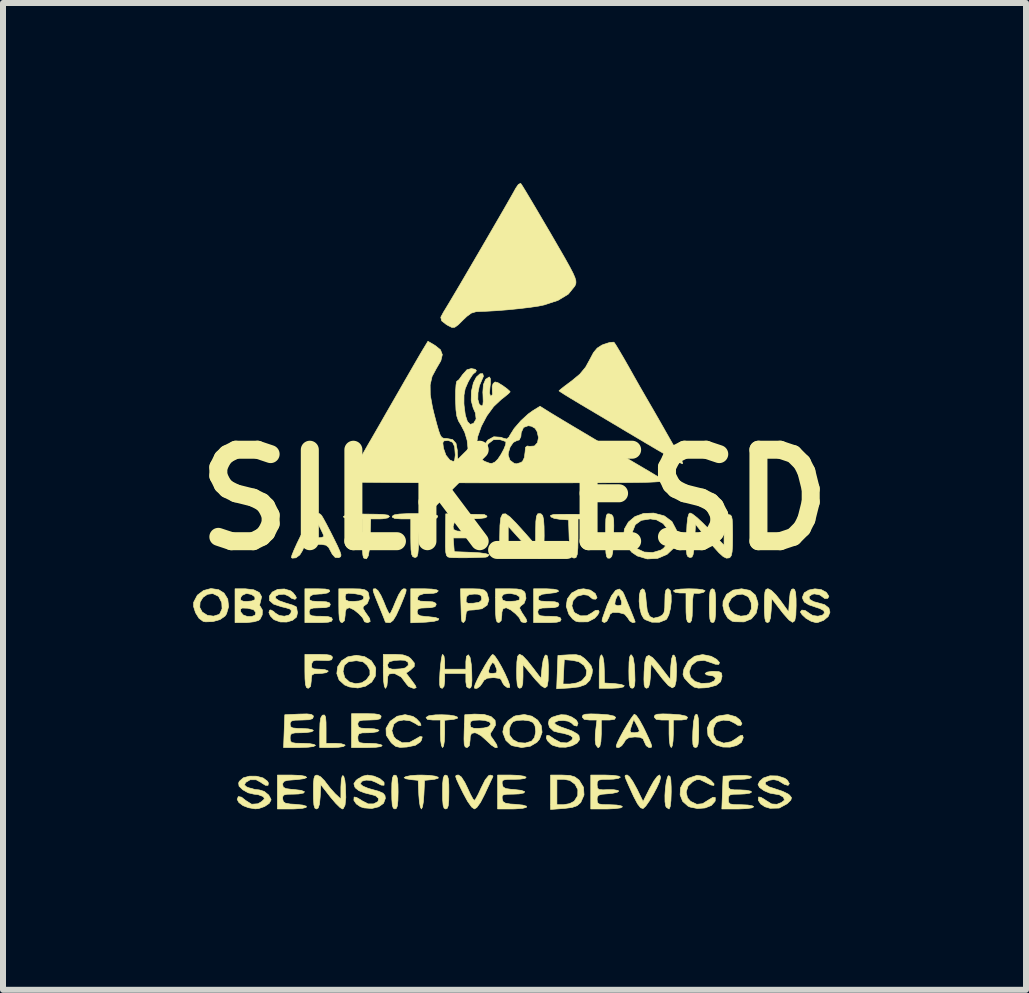
<source format=kicad_pcb>
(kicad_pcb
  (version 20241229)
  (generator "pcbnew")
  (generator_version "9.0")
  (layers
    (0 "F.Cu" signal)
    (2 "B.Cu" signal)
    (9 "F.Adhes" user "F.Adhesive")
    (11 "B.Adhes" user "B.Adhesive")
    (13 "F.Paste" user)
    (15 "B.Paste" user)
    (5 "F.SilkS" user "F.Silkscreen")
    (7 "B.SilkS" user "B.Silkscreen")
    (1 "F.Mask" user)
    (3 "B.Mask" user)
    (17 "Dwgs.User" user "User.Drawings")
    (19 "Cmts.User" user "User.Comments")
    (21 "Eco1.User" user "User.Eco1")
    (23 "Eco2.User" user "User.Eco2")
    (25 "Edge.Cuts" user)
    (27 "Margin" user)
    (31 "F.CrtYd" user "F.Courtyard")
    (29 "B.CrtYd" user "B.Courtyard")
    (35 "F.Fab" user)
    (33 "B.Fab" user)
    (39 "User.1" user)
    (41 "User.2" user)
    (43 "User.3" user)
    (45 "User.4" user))
  (footprint "SILK_ESD"
    (layer "F.Cu")
    (at 5.523 5.278)
    (property "Reference" "SILK_ESD" (at 0 0 0) (layer "F.SilkS") (effects (font (size 1.524 1.524) (thickness 0.3))))
    (attr through_hole)
    (fp_poly (pts (xy 1.976 2.629) (xy 1.995 2.741) (xy 2.003 2.869) (xy 2.007 3.009) (xy 2.001 3.091) (xy 1.985 3.131) (xy 1.959 3.14) (xy 1.932 3.128) (xy 1.915 3.083) (xy 1.907 2.992) (xy 1.905 2.855) (xy 1.908 2.706) (xy 1.918 2.619) (xy 1.936 2.584) (xy 1.949 2.584) (xy 1.976 2.629)) (stroke (width 0.01) (type solid)) (fill yes) (layer "F.SilkS"))
    (fp_poly (pts (xy 3.048 3.584) (xy 3.062 3.643) (xy 3.068 3.76) (xy 3.069 3.842) (xy 3.067 3.987) (xy 3.058 4.075) (xy 3.041 4.117) (xy 3.015 4.128) (xy 2.987 4.116) (xy 2.972 4.074) (xy 2.968 3.986) (xy 2.971 3.857) (xy 2.983 3.696) (xy 3.004 3.599) (xy 3.025 3.572) (xy 3.048 3.584)) (stroke (width 0.01) (type solid)) (fill yes) (layer "F.SilkS"))
    (fp_poly (pts (xy -1.966 4.599) (xy -1.95 4.648) (xy -1.942 4.743) (xy -1.94 4.868) (xy -1.943 5.013) (xy -1.952 5.1) (xy -1.97 5.142) (xy -1.993 5.151) (xy -2.02 5.137) (xy -2.037 5.089) (xy -2.044 4.993) (xy -2.046 4.868) (xy -2.044 4.724) (xy -2.035 4.637) (xy -2.017 4.595) (xy -1.993 4.586) (xy -1.966 4.599)) (stroke (width 0.01) (type solid)) (fill yes) (layer "F.SilkS"))
    (fp_poly (pts (xy -1.119 4.599) (xy -1.103 4.648) (xy -1.095 4.743) (xy -1.094 4.868) (xy -1.096 5.013) (xy -1.105 5.1) (xy -1.123 5.142) (xy -1.147 5.151) (xy -1.174 5.137) (xy -1.19 5.089) (xy -1.198 4.993) (xy -1.199 4.868) (xy -1.197 4.724) (xy -1.188 4.637) (xy -1.17 4.595) (xy -1.147 4.586) (xy -1.119 4.599)) (stroke (width 0.01) (type solid)) (fill yes) (layer "F.SilkS"))
    (fp_poly (pts (xy 1.451 2.583) (xy 1.474 2.624) (xy 1.49 2.721) (xy 1.495 2.824) (xy 1.499 3.052) (xy 1.667 3.062) (xy 1.781 3.077) (xy 1.829 3.097) (xy 1.813 3.118) (xy 1.738 3.134) (xy 1.623 3.14) (xy 1.411 3.14) (xy 1.411 2.855) (xy 1.415 2.699) (xy 1.427 2.61) (xy 1.448 2.582) (xy 1.451 2.583)) (stroke (width 0.01) (type solid)) (fill yes) (layer "F.SilkS"))
    (fp_poly (pts (xy 2.59 4.607) (xy 2.604 4.666) (xy 2.61 4.783) (xy 2.611 4.865) (xy 2.606 5.012) (xy 2.594 5.11) (xy 2.576 5.15) (xy 2.574 5.151) (xy 2.53 5.123) (xy 2.519 5.103) (xy 2.507 5.03) (xy 2.506 4.923) (xy 2.514 4.804) (xy 2.529 4.695) (xy 2.55 4.618) (xy 2.566 4.595) (xy 2.59 4.607)) (stroke (width 0.01) (type solid)) (fill yes) (layer "F.SilkS"))
    (fp_poly (pts (xy 3.326 1.495) (xy 3.342 1.543) (xy 3.35 1.639) (xy 3.351 1.764) (xy 3.349 1.909) (xy 3.34 1.996) (xy 3.322 2.037) (xy 3.298 2.046) (xy 3.271 2.033) (xy 3.255 1.985) (xy 3.247 1.889) (xy 3.246 1.764) (xy 3.248 1.619) (xy 3.257 1.532) (xy 3.275 1.491) (xy 3.298 1.482) (xy 3.326 1.495)) (stroke (width 0.01) (type solid)) (fill yes) (layer "F.SilkS"))
    (fp_poly (pts (xy -3.164 3.586) (xy -3.148 3.622) (xy -3.141 3.707) (xy -3.14 3.811) (xy -3.14 4.057) (xy -2.981 4.057) (xy -2.886 4.064) (xy -2.83 4.082) (xy -2.822 4.092) (xy -2.854 4.111) (xy -2.938 4.124) (xy -3.034 4.128) (xy -3.246 4.128) (xy -3.246 3.867) (xy -3.242 3.722) (xy -3.229 3.635) (xy -3.205 3.593) (xy -3.193 3.586) (xy -3.164 3.586)) (stroke (width 0.01) (type solid)) (fill yes) (layer "F.SilkS"))
    (fp_poly (pts (xy -1.089 3.586) (xy -0.998 3.601) (xy -0.95 3.621) (xy -0.952 3.641) (xy -1.014 3.658) (xy -1.05 3.662) (xy -1.164 3.673) (xy -1.164 3.9) (xy -1.169 4.019) (xy -1.182 4.101) (xy -1.199 4.128) (xy -1.218 4.095) (xy -1.231 4.009) (xy -1.235 3.898) (xy -1.235 3.669) (xy -1.361 3.669) (xy -1.45 3.659) (xy -1.474 3.628) (xy -1.473 3.625) (xy -1.428 3.597) (xy -1.316 3.583) (xy -1.214 3.581) (xy -1.089 3.586)) (stroke (width 0.01) (type solid)) (fill yes) (layer "F.SilkS"))
    (fp_poly (pts (xy 1.589 0.237) (xy 1.621 0.25) (xy 1.641 0.279) (xy 1.652 0.336) (xy 1.654 0.435) (xy 1.651 0.59) (xy 1.65 0.61) (xy 1.644 0.773) (xy 1.635 0.878) (xy 1.621 0.938) (xy 1.599 0.966) (xy 1.579 0.973) (xy 1.551 0.97) (xy 1.534 0.945) (xy 1.523 0.887) (xy 1.518 0.782) (xy 1.517 0.62) (xy 1.517 0.6) (xy 1.518 0.432) (xy 1.521 0.324) (xy 1.53 0.262) (xy 1.546 0.236) (xy 1.572 0.233) (xy 1.589 0.237)) (stroke (width 0.01) (type solid)) (fill yes) (layer "F.SilkS"))
    (fp_poly (pts (xy 2.599 3.57) (xy 2.76 3.582) (xy 2.856 3.603) (xy 2.884 3.625) (xy 2.866 3.657) (xy 2.783 3.669) (xy 2.772 3.669) (xy 2.646 3.669) (xy 2.646 3.898) (xy 2.641 4.018) (xy 2.628 4.1) (xy 2.611 4.128) (xy 2.592 4.095) (xy 2.579 4.009) (xy 2.575 3.898) (xy 2.575 3.669) (xy 2.452 3.669) (xy 2.361 3.658) (xy 2.329 3.622) (xy 2.328 3.614) (xy 2.34 3.587) (xy 2.382 3.572) (xy 2.47 3.567) (xy 2.599 3.57)) (stroke (width 0.01) (type solid)) (fill yes) (layer "F.SilkS"))
    (fp_poly (pts (xy -1.417 4.591) (xy -1.321 4.604) (xy -1.271 4.622) (xy -1.273 4.64) (xy -1.335 4.657) (xy -1.385 4.663) (xy -1.499 4.674) (xy -1.51 4.912) (xy -1.519 5.032) (xy -1.534 5.117) (xy -1.552 5.151) (xy -1.552 5.151) (xy -1.57 5.118) (xy -1.585 5.034) (xy -1.595 4.915) (xy -1.595 4.912) (xy -1.605 4.674) (xy -1.72 4.663) (xy -1.811 4.648) (xy -1.84 4.63) (xy -1.812 4.612) (xy -1.736 4.596) (xy -1.617 4.587) (xy -1.552 4.586) (xy -1.417 4.591)) (stroke (width 0.01) (type solid)) (fill yes) (layer "F.SilkS"))
    (fp_poly (pts (xy 1.399 3.57) (xy 1.561 3.582) (xy 1.657 3.603) (xy 1.685 3.625) (xy 1.667 3.657) (xy 1.583 3.669) (xy 1.573 3.669) (xy 1.446 3.669) (xy 1.446 3.898) (xy 1.439 4.029) (xy 1.421 4.109) (xy 1.393 4.132) (xy 1.361 4.092) (xy 1.352 4.072) (xy 1.344 4.006) (xy 1.346 3.901) (xy 1.352 3.843) (xy 1.373 3.669) (xy 1.251 3.669) (xy 1.161 3.658) (xy 1.129 3.621) (xy 1.129 3.614) (xy 1.14 3.587) (xy 1.183 3.572) (xy 1.27 3.567) (xy 1.399 3.57)) (stroke (width 0.01) (type solid)) (fill yes) (layer "F.SilkS"))
    (fp_poly (pts (xy -2.3 0.24) (xy -2.196 0.243) (xy -2.108 0.255) (xy -2.083 0.278) (xy -2.114 0.302) (xy -2.197 0.316) (xy -2.239 0.318) (xy -2.396 0.318) (xy -2.406 0.641) (xy -2.417 0.821) (xy -2.437 0.934) (xy -2.467 0.983) (xy -2.508 0.972) (xy -2.516 0.965) (xy -2.527 0.921) (xy -2.535 0.824) (xy -2.54 0.692) (xy -2.54 0.629) (xy -2.54 0.318) (xy -2.702 0.318) (xy -2.809 0.31) (xy -2.85 0.287) (xy -2.85 0.277) (xy -2.807 0.256) (xy -2.699 0.243) (xy -2.528 0.237) (xy -2.3 0.24)) (stroke (width 0.01) (type solid)) (fill yes) (layer "F.SilkS"))
    (fp_poly (pts (xy 1.102 2.598) (xy 1.169 2.646) (xy 1.204 2.681) (xy 1.275 2.763) (xy 1.298 2.833) (xy 1.292 2.896) (xy 1.255 3.006) (xy 1.186 3.076) (xy 1.073 3.117) (xy 0.928 3.134) (xy 0.702 3.148) (xy 0.705 3.069) (xy 0.808 3.069) (xy 0.925 3.069) (xy 1.033 3.052) (xy 1.121 3.014) (xy 1.191 2.933) (xy 1.202 2.843) (xy 1.159 2.76) (xy 1.071 2.698) (xy 0.97 2.675) (xy 0.829 2.663) (xy 0.808 3.069) (xy 0.705 3.069) (xy 0.723 2.593) (xy 0.909 2.582) (xy 1.025 2.58) (xy 1.102 2.598)) (stroke (width 0.01) (type solid)) (fill yes) (layer "F.SilkS"))
    (fp_poly (pts (xy -1.475 0.232) (xy -1.356 0.242) (xy -1.292 0.259) (xy -1.279 0.273) (xy -1.294 0.303) (xy -1.37 0.316) (xy -1.425 0.318) (xy -1.585 0.318) (xy -1.595 0.644) (xy -1.601 0.798) (xy -1.61 0.894) (xy -1.624 0.944) (xy -1.647 0.96) (xy -1.667 0.959) (xy -1.697 0.945) (xy -1.715 0.906) (xy -1.725 0.829) (xy -1.728 0.701) (xy -1.729 0.632) (xy -1.729 0.318) (xy -1.89 0.318) (xy -1.995 0.311) (xy -2.037 0.289) (xy -2.037 0.273) (xy -2.005 0.251) (xy -1.92 0.237) (xy -1.776 0.23) (xy -1.658 0.229) (xy -1.475 0.232)) (stroke (width 0.01) (type solid)) (fill yes) (layer "F.SilkS"))
    (fp_poly (pts (xy 0.922 4.592) (xy 1.005 4.617) (xy 1.072 4.667) (xy 1.078 4.673) (xy 1.149 4.789) (xy 1.158 4.918) (xy 1.104 5.041) (xy 1.099 5.047) (xy 1.043 5.096) (xy 0.962 5.125) (xy 0.834 5.142) (xy 0.817 5.143) (xy 0.6 5.159) (xy 0.6 4.657) (xy 0.706 4.657) (xy 0.706 5.08) (xy 0.817 5.08) (xy 0.918 5.062) (xy 0.994 5.022) (xy 1.053 4.929) (xy 1.055 4.829) (xy 1.008 4.739) (xy 0.921 4.675) (xy 0.824 4.657) (xy 0.706 4.657) (xy 0.6 4.657) (xy 0.6 4.586) (xy 0.795 4.586) (xy 0.922 4.592)) (stroke (width 0.01) (type solid)) (fill yes) (layer "F.SilkS"))
    (fp_poly (pts (xy 1.024 0.241) (xy 1.171 0.243) (xy 1.208 0.244) (xy 1.306 0.257) (xy 1.338 0.281) (xy 1.306 0.305) (xy 1.212 0.317) (xy 1.199 0.318) (xy 1.058 0.318) (xy 1.058 0.633) (xy 1.055 0.802) (xy 1.045 0.909) (xy 1.024 0.962) (xy 0.99 0.971) (xy 0.961 0.958) (xy 0.939 0.911) (xy 0.922 0.806) (xy 0.911 0.658) (xy 0.91 0.634) (xy 0.9 0.335) (xy 0.75 0.324) (xy 0.66 0.309) (xy 0.607 0.285) (xy 0.599 0.26) (xy 0.648 0.245) (xy 0.661 0.244) (xy 0.745 0.242) (xy 0.874 0.241) (xy 1.024 0.241)) (stroke (width 0.01) (type solid)) (fill yes) (layer "F.SilkS"))
    (fp_poly (pts (xy 2.433 4.62) (xy 2.433 4.63) (xy 2.415 4.698) (xy 2.37 4.798) (xy 2.31 4.911) (xy 2.245 5.019) (xy 2.186 5.103) (xy 2.143 5.143) (xy 2.14 5.144) (xy 2.1 5.13) (xy 2.05 5.066) (xy 1.986 4.945) (xy 1.958 4.884) (xy 1.895 4.744) (xy 1.857 4.657) (xy 1.841 4.61) (xy 1.845 4.59) (xy 1.865 4.586) (xy 1.88 4.586) (xy 1.917 4.616) (xy 1.971 4.693) (xy 2.031 4.802) (xy 2.034 4.806) (xy 2.142 5.027) (xy 2.253 4.806) (xy 2.323 4.682) (xy 2.38 4.606) (xy 2.418 4.584) (xy 2.433 4.62)) (stroke (width 0.01) (type solid)) (fill yes) (layer "F.SilkS"))
    (fp_poly (pts (xy 3.044 1.486) (xy 3.137 1.498) (xy 3.175 1.515) (xy 3.175 1.517) (xy 3.145 1.544) (xy 3.072 1.559) (xy 2.99 1.556) (xy 2.977 1.587) (xy 2.967 1.67) (xy 2.963 1.789) (xy 2.963 1.799) (xy 2.96 1.933) (xy 2.949 2.01) (xy 2.927 2.043) (xy 2.91 2.046) (xy 2.882 2.032) (xy 2.865 1.979) (xy 2.858 1.876) (xy 2.857 1.799) (xy 2.857 1.552) (xy 2.752 1.552) (xy 2.677 1.542) (xy 2.646 1.517) (xy 2.646 1.517) (xy 2.679 1.499) (xy 2.768 1.487) (xy 2.898 1.482) (xy 2.91 1.482) (xy 3.044 1.486)) (stroke (width 0.01) (type solid)) (fill yes) (layer "F.SilkS"))
    (fp_poly (pts (xy 2.682 2.629) (xy 2.696 2.742) (xy 2.699 2.86) (xy 2.692 3.018) (xy 2.67 3.108) (xy 2.628 3.133) (xy 2.562 3.092) (xy 2.469 2.987) (xy 2.431 2.938) (xy 2.275 2.734) (xy 2.265 2.937) (xy 2.253 3.059) (xy 2.232 3.123) (xy 2.202 3.14) (xy 2.175 3.127) (xy 2.16 3.082) (xy 2.156 2.99) (xy 2.159 2.867) (xy 2.171 2.707) (xy 2.195 2.616) (xy 2.237 2.59) (xy 2.301 2.63) (xy 2.394 2.734) (xy 2.434 2.785) (xy 2.593 2.992) (xy 2.603 2.781) (xy 2.616 2.653) (xy 2.637 2.591) (xy 2.656 2.585) (xy 2.682 2.629)) (stroke (width 0.01) (type solid)) (fill yes) (layer "F.SilkS"))
    (fp_poly (pts (xy -0.362 4.599) (xy -0.36 4.613) (xy -0.381 4.655) (xy -0.423 4.745) (xy -0.478 4.863) (xy -0.492 4.895) (xy -0.567 5.041) (xy -0.629 5.127) (xy -0.668 5.151) (xy -0.715 5.118) (xy -0.781 5.025) (xy -0.857 4.885) (xy -0.925 4.746) (xy -0.965 4.659) (xy -0.981 4.611) (xy -0.974 4.591) (xy -0.948 4.586) (xy -0.932 4.586) (xy -0.886 4.618) (xy -0.828 4.709) (xy -0.785 4.798) (xy -0.735 4.906) (xy -0.694 4.982) (xy -0.67 5.009) (xy -0.645 4.98) (xy -0.603 4.902) (xy -0.555 4.798) (xy -0.489 4.666) (xy -0.432 4.596) (xy -0.405 4.586) (xy -0.362 4.599)) (stroke (width 0.01) (type solid)) (fill yes) (layer "F.SilkS"))
    (fp_poly (pts (xy -1.175 2.606) (xy -1.164 2.683) (xy -1.164 2.699) (xy -1.164 2.822) (xy -0.811 2.822) (xy -0.811 2.696) (xy -0.801 2.607) (xy -0.771 2.583) (xy -0.767 2.584) (xy -0.74 2.629) (xy -0.721 2.741) (xy -0.713 2.869) (xy -0.71 3.009) (xy -0.715 3.091) (xy -0.731 3.131) (xy -0.757 3.14) (xy -0.797 3.115) (xy -0.811 3.034) (xy -0.811 3.016) (xy -0.811 2.893) (xy -1.164 2.893) (xy -1.164 3.016) (xy -1.175 3.108) (xy -1.205 3.142) (xy -1.238 3.125) (xy -1.247 3.082) (xy -1.248 2.993) (xy -1.243 2.879) (xy -1.233 2.76) (xy -1.22 2.656) (xy -1.206 2.589) (xy -1.197 2.575) (xy -1.175 2.606)) (stroke (width 0.01) (type solid)) (fill yes) (layer "F.SilkS"))
    (fp_poly (pts (xy 0.134 2.598) (xy 0.214 2.682) (xy 0.327 2.825) (xy 0.336 2.838) (xy 0.441 2.976) (xy 0.459 2.787) (xy 0.476 2.677) (xy 0.502 2.603) (xy 0.52 2.584) (xy 0.543 2.596) (xy 0.557 2.656) (xy 0.564 2.773) (xy 0.564 2.855) (xy 0.56 3.015) (xy 0.543 3.107) (xy 0.506 3.134) (xy 0.445 3.098) (xy 0.353 3) (xy 0.304 2.942) (xy 0.141 2.744) (xy 0.141 2.942) (xy 0.137 3.06) (xy 0.12 3.122) (xy 0.089 3.14) (xy 0.088 3.14) (xy 0.061 3.126) (xy 0.045 3.078) (xy 0.037 2.983) (xy 0.035 2.857) (xy 0.039 2.702) (xy 0.052 2.607) (xy 0.082 2.573) (xy 0.134 2.598)) (stroke (width 0.01) (type solid)) (fill yes) (layer "F.SilkS"))
    (fp_poly (pts (xy 3.171 4.609) (xy 3.27 4.673) (xy 3.324 4.732) (xy 3.322 4.759) (xy 3.271 4.751) (xy 3.179 4.706) (xy 3.17 4.701) (xy 3.092 4.663) (xy 3.033 4.664) (xy 2.971 4.694) (xy 2.891 4.77) (xy 2.86 4.869) (xy 2.882 4.966) (xy 2.934 5.024) (xy 3.037 5.073) (xy 3.133 5.063) (xy 3.225 5.005) (xy 3.304 4.957) (xy 3.345 4.96) (xy 3.344 5.013) (xy 3.339 5.026) (xy 3.279 5.093) (xy 3.175 5.134) (xy 3.049 5.144) (xy 2.925 5.119) (xy 2.893 5.105) (xy 2.802 5.025) (xy 2.759 4.915) (xy 2.766 4.797) (xy 2.822 4.693) (xy 2.892 4.64) (xy 3.039 4.591) (xy 3.171 4.609)) (stroke (width 0.01) (type solid)) (fill yes) (layer "F.SilkS"))
    (fp_poly (pts (xy 4.667 1.496) (xy 4.683 1.549) (xy 4.691 1.65) (xy 4.692 1.764) (xy 4.687 1.924) (xy 4.669 2.015) (xy 4.633 2.041) (xy 4.573 2.002) (xy 4.483 1.901) (xy 4.44 1.846) (xy 4.286 1.646) (xy 4.276 1.846) (xy 4.264 1.969) (xy 4.242 2.032) (xy 4.214 2.046) (xy 4.187 2.031) (xy 4.172 1.979) (xy 4.164 1.877) (xy 4.163 1.764) (xy 4.165 1.622) (xy 4.172 1.537) (xy 4.188 1.495) (xy 4.216 1.482) (xy 4.226 1.482) (xy 4.279 1.509) (xy 4.354 1.582) (xy 4.428 1.675) (xy 4.568 1.869) (xy 4.579 1.675) (xy 4.592 1.555) (xy 4.615 1.494) (xy 4.641 1.482) (xy 4.667 1.496)) (stroke (width 0.01) (type solid)) (fill yes) (layer "F.SilkS"))
    (fp_poly (pts (xy 1.263 1.504) (xy 1.345 1.561) (xy 1.375 1.632) (xy 1.351 1.656) (xy 1.303 1.652) (xy 1.265 1.623) (xy 1.263 1.618) (xy 1.222 1.59) (xy 1.148 1.579) (xy 1.044 1.606) (xy 0.977 1.676) (xy 0.955 1.767) (xy 0.987 1.861) (xy 1.008 1.885) (xy 1.1 1.933) (xy 1.205 1.931) (xy 1.283 1.887) (xy 1.347 1.843) (xy 1.396 1.839) (xy 1.411 1.868) (xy 1.388 1.915) (xy 1.334 1.974) (xy 1.22 2.033) (xy 1.073 2.034) (xy 1.021 2.023) (xy 0.967 1.984) (xy 0.908 1.91) (xy 0.903 1.902) (xy 0.861 1.772) (xy 0.88 1.651) (xy 0.951 1.553) (xy 1.065 1.493) (xy 1.151 1.482) (xy 1.263 1.504)) (stroke (width 0.01) (type solid)) (fill yes) (layer "F.SilkS"))
    (fp_poly (pts (xy 3.688 3.614) (xy 3.757 3.669) (xy 3.789 3.729) (xy 3.769 3.761) (xy 3.716 3.755) (xy 3.673 3.725) (xy 3.585 3.681) (xy 3.479 3.671) (xy 3.385 3.696) (xy 3.351 3.722) (xy 3.313 3.812) (xy 3.316 3.916) (xy 3.358 3.999) (xy 3.371 4.01) (xy 3.485 4.054) (xy 3.608 4.03) (xy 3.679 3.986) (xy 3.758 3.93) (xy 3.798 3.922) (xy 3.81 3.959) (xy 3.81 3.967) (xy 3.779 4.042) (xy 3.7 4.094) (xy 3.591 4.121) (xy 3.472 4.119) (xy 3.361 4.086) (xy 3.297 4.041) (xy 3.223 3.926) (xy 3.211 3.805) (xy 3.259 3.696) (xy 3.361 3.615) (xy 3.4 3.6) (xy 3.554 3.577) (xy 3.688 3.614)) (stroke (width 0.01) (type solid)) (fill yes) (layer "F.SilkS"))
    (fp_poly (pts (xy 3.922 1.509) (xy 4.014 1.588) (xy 4.055 1.713) (xy 4.057 1.748) (xy 4.028 1.886) (xy 3.947 1.983) (xy 3.824 2.034) (xy 3.667 2.031) (xy 3.624 2.022) (xy 3.553 1.971) (xy 3.498 1.877) (xy 3.471 1.765) (xy 3.472 1.759) (xy 3.563 1.759) (xy 3.594 1.844) (xy 3.67 1.907) (xy 3.768 1.938) (xy 3.863 1.928) (xy 3.909 1.898) (xy 3.946 1.817) (xy 3.943 1.715) (xy 3.901 1.625) (xy 3.887 1.611) (xy 3.798 1.571) (xy 3.699 1.583) (xy 3.615 1.638) (xy 3.567 1.724) (xy 3.563 1.759) (xy 3.472 1.759) (xy 3.475 1.691) (xy 3.533 1.575) (xy 3.642 1.504) (xy 3.783 1.482) (xy 3.922 1.509)) (stroke (width 0.01) (type solid)) (fill yes) (layer "F.SilkS"))
    (fp_poly (pts (xy -4.93 1.497) (xy -4.84 1.554) (xy -4.778 1.654) (xy -4.764 1.78) (xy -4.799 1.9) (xy -4.824 1.937) (xy -4.907 1.995) (xy -5.026 2.029) (xy -5.148 2.033) (xy -5.188 2.025) (xy -5.257 1.974) (xy -5.315 1.881) (xy -5.343 1.793) (xy -5.245 1.793) (xy -5.204 1.869) (xy -5.118 1.924) (xy -5.015 1.938) (xy -4.925 1.91) (xy -4.911 1.898) (xy -4.873 1.816) (xy -4.878 1.713) (xy -4.925 1.62) (xy -4.94 1.604) (xy -5.027 1.562) (xy -5.116 1.574) (xy -5.191 1.626) (xy -5.239 1.704) (xy -5.245 1.793) (xy -5.343 1.793) (xy -5.348 1.777) (xy -5.347 1.708) (xy -5.285 1.589) (xy -5.182 1.511) (xy -5.058 1.478) (xy -4.93 1.497)) (stroke (width 0.01) (type solid)) (fill yes) (layer "F.SilkS"))
    (fp_poly (pts (xy -3.136 2.579) (xy -3.065 2.59) (xy -3.037 2.614) (xy -3.034 2.631) (xy -3.048 2.665) (xy -3.102 2.678) (xy -3.201 2.676) (xy -3.304 2.673) (xy -3.356 2.687) (xy -3.377 2.724) (xy -3.38 2.744) (xy -3.38 2.794) (xy -3.346 2.817) (xy -3.262 2.822) (xy -3.248 2.822) (xy -3.159 2.83) (xy -3.108 2.849) (xy -3.104 2.857) (xy -3.136 2.88) (xy -3.214 2.892) (xy -3.246 2.893) (xy -3.336 2.897) (xy -3.376 2.92) (xy -3.386 2.98) (xy -3.387 3.016) (xy -3.398 3.108) (xy -3.435 3.139) (xy -3.44 3.14) (xy -3.467 3.126) (xy -3.483 3.078) (xy -3.491 2.983) (xy -3.493 2.857) (xy -3.493 2.575) (xy -3.263 2.575) (xy -3.136 2.579)) (stroke (width 0.01) (type solid)) (fill yes) (layer "F.SilkS"))
    (fp_poly (pts (xy -2.497 2.613) (xy -2.386 2.681) (xy -2.32 2.785) (xy -2.312 2.815) (xy -2.319 2.938) (xy -2.38 3.037) (xy -2.482 3.105) (xy -2.61 3.135) (xy -2.749 3.118) (xy -2.831 3.085) (xy -2.923 3.001) (xy -2.961 2.894) (xy -2.957 2.863) (xy -2.857 2.863) (xy -2.828 2.964) (xy -2.752 3.034) (xy -2.651 3.064) (xy -2.544 3.048) (xy -2.469 2.999) (xy -2.409 2.917) (xy -2.41 2.838) (xy -2.454 2.76) (xy -2.523 2.7) (xy -2.63 2.681) (xy -2.641 2.681) (xy -2.765 2.698) (xy -2.835 2.755) (xy -2.857 2.856) (xy -2.857 2.863) (xy -2.957 2.863) (xy -2.947 2.781) (xy -2.882 2.681) (xy -2.779 2.616) (xy -2.634 2.59) (xy -2.497 2.613)) (stroke (width 0.01) (type solid)) (fill yes) (layer "F.SilkS"))
    (fp_poly (pts (xy -2.314 1.482) (xy -2.275 1.513) (xy -2.225 1.595) (xy -2.181 1.693) (xy -2.137 1.802) (xy -2.1 1.878) (xy -2.081 1.905) (xy -2.06 1.875) (xy -2.023 1.796) (xy -1.981 1.693) (xy -1.93 1.58) (xy -1.881 1.504) (xy -1.849 1.482) (xy -1.819 1.484) (xy -1.805 1.498) (xy -1.811 1.538) (xy -1.839 1.615) (xy -1.89 1.741) (xy -1.908 1.784) (xy -1.972 1.925) (xy -2.023 2.008) (xy -2.067 2.043) (xy -2.085 2.046) (xy -2.14 2.042) (xy -2.152 2.037) (xy -2.164 2.003) (xy -2.197 1.919) (xy -2.244 1.803) (xy -2.258 1.769) (xy -2.314 1.631) (xy -2.346 1.547) (xy -2.357 1.502) (xy -2.35 1.484) (xy -2.326 1.482) (xy -2.314 1.482)) (stroke (width 0.01) (type solid)) (fill yes) (layer "F.SilkS"))
    (fp_poly (pts (xy -1.692 3.609) (xy -1.633 3.649) (xy -1.576 3.71) (xy -1.558 3.754) (xy -1.561 3.76) (xy -1.603 3.759) (xy -1.652 3.727) (xy -1.739 3.682) (xy -1.846 3.668) (xy -1.945 3.687) (xy -2.009 3.735) (xy -2.01 3.737) (xy -2.044 3.847) (xy -2.013 3.943) (xy -1.976 3.986) (xy -1.871 4.048) (xy -1.752 4.043) (xy -1.648 3.986) (xy -1.574 3.943) (xy -1.538 3.95) (xy -1.55 4.002) (xy -1.572 4.036) (xy -1.654 4.091) (xy -1.796 4.119) (xy -1.907 4.125) (xy -1.978 4.109) (xy -2.038 4.063) (xy -2.061 4.038) (xy -2.137 3.922) (xy -2.141 3.808) (xy -2.076 3.694) (xy -2.073 3.69) (xy -1.956 3.606) (xy -1.823 3.579) (xy -1.692 3.609)) (stroke (width 0.01) (type solid)) (fill yes) (layer "F.SilkS"))
    (fp_poly (pts (xy 2.595 1.512) (xy 2.61 1.591) (xy 2.611 1.698) (xy 2.597 1.813) (xy 2.571 1.915) (xy 2.535 1.986) (xy 2.522 1.997) (xy 2.414 2.04) (xy 2.288 2.039) (xy 2.178 1.997) (xy 2.152 1.976) (xy 2.113 1.907) (xy 2.088 1.806) (xy 2.076 1.693) (xy 2.08 1.587) (xy 2.099 1.51) (xy 2.133 1.482) (xy 2.164 1.502) (xy 2.183 1.571) (xy 2.194 1.698) (xy 2.194 1.698) (xy 2.212 1.852) (xy 2.251 1.942) (xy 2.315 1.973) (xy 2.409 1.95) (xy 2.414 1.948) (xy 2.465 1.918) (xy 2.492 1.875) (xy 2.503 1.798) (xy 2.505 1.694) (xy 2.508 1.573) (xy 2.521 1.507) (xy 2.548 1.483) (xy 2.562 1.482) (xy 2.595 1.512)) (stroke (width 0.01) (type solid)) (fill yes) (layer "F.SilkS"))
    (fp_poly (pts (xy -3.232 4.614) (xy -3.164 4.682) (xy -3.148 4.705) (xy -3.07 4.806) (xy -2.988 4.897) (xy -2.98 4.904) (xy -2.893 4.986) (xy -2.893 4.786) (xy -2.886 4.659) (xy -2.869 4.597) (xy -2.847 4.602) (xy -2.827 4.674) (xy -2.817 4.771) (xy -2.811 4.962) (xy -2.824 5.087) (xy -2.854 5.146) (xy -2.869 5.151) (xy -2.91 5.124) (xy -2.979 5.056) (xy -3.061 4.959) (xy -3.07 4.948) (xy -3.228 4.745) (xy -3.238 4.948) (xy -3.25 5.071) (xy -3.272 5.135) (xy -3.3 5.151) (xy -3.327 5.136) (xy -3.343 5.084) (xy -3.35 4.982) (xy -3.351 4.868) (xy -3.35 4.727) (xy -3.342 4.642) (xy -3.326 4.599) (xy -3.297 4.587) (xy -3.29 4.586) (xy -3.232 4.614)) (stroke (width 0.01) (type solid)) (fill yes) (layer "F.SilkS"))
    (fp_poly (pts (xy -3.564 4.592) (xy -3.483 4.607) (xy -3.463 4.627) (xy -3.507 4.646) (xy -3.618 4.661) (xy -3.66 4.664) (xy -3.776 4.673) (xy -3.837 4.689) (xy -3.86 4.72) (xy -3.863 4.745) (xy -3.853 4.787) (xy -3.811 4.811) (xy -3.722 4.823) (xy -3.678 4.826) (xy -3.554 4.841) (xy -3.5 4.863) (xy -3.514 4.885) (xy -3.597 4.901) (xy -3.681 4.904) (xy -3.79 4.906) (xy -3.845 4.919) (xy -3.863 4.949) (xy -3.863 4.983) (xy -3.852 5.029) (xy -3.817 5.054) (xy -3.739 5.068) (xy -3.657 5.073) (xy -3.529 5.086) (xy -3.468 5.105) (xy -3.472 5.125) (xy -3.537 5.141) (xy -3.66 5.15) (xy -3.704 5.151) (xy -3.951 5.151) (xy -3.951 4.586) (xy -3.704 4.586) (xy -3.564 4.592)) (stroke (width 0.01) (type solid)) (fill yes) (layer "F.SilkS"))
    (fp_poly (pts (xy -1.379 1.487) (xy -1.297 1.5) (xy -1.27 1.517) (xy -1.3 1.546) (xy -1.349 1.557) (xy -1.451 1.562) (xy -1.516 1.565) (xy -1.592 1.592) (xy -1.616 1.632) (xy -1.612 1.67) (xy -1.57 1.688) (xy -1.475 1.693) (xy -1.467 1.693) (xy -1.361 1.7) (xy -1.312 1.723) (xy -1.305 1.746) (xy -1.326 1.781) (xy -1.397 1.797) (xy -1.464 1.799) (xy -1.563 1.804) (xy -1.61 1.823) (xy -1.623 1.865) (xy -1.623 1.868) (xy -1.612 1.909) (xy -1.569 1.933) (xy -1.476 1.945) (xy -1.438 1.947) (xy -1.316 1.961) (xy -1.261 1.982) (xy -1.271 2.004) (xy -1.343 2.025) (xy -1.473 2.038) (xy -1.49 2.039) (xy -1.729 2.049) (xy -1.729 1.482) (xy -1.499 1.482) (xy -1.379 1.487)) (stroke (width 0.01) (type solid)) (fill yes) (layer "F.SilkS"))
    (fp_poly (pts (xy 0.289 3.605) (xy 0.386 3.671) (xy 0.446 3.764) (xy 0.459 3.873) (xy 0.417 3.987) (xy 0.372 4.041) (xy 0.261 4.106) (xy 0.119 4.127) (xy -0.027 4.099) (xy -0.061 4.085) (xy -0.144 4.008) (xy -0.191 3.887) (xy -0.195 3.863) (xy -0.184 3.816) (xy -0.088 3.816) (xy -0.084 3.917) (xy -0.026 3.996) (xy 0.067 4.045) (xy 0.181 4.053) (xy 0.285 4.02) (xy 0.333 3.96) (xy 0.353 3.865) (xy 0.342 3.768) (xy 0.31 3.711) (xy 0.246 3.683) (xy 0.145 3.67) (xy 0.043 3.675) (xy -0.024 3.696) (xy -0.063 3.748) (xy -0.088 3.816) (xy -0.184 3.816) (xy -0.174 3.77) (xy -0.106 3.678) (xy -0.01 3.609) (xy 0.017 3.599) (xy 0.163 3.577) (xy 0.289 3.605)) (stroke (width 0.01) (type solid)) (fill yes) (layer "F.SilkS"))
    (fp_poly (pts (xy 0.655 1.489) (xy 0.724 1.505) (xy 0.733 1.527) (xy 0.678 1.547) (xy 0.574 1.559) (xy 0.463 1.573) (xy 0.408 1.602) (xy 0.395 1.632) (xy 0.398 1.668) (xy 0.437 1.687) (xy 0.527 1.693) (xy 0.562 1.693) (xy 0.674 1.699) (xy 0.729 1.718) (xy 0.741 1.746) (xy 0.722 1.78) (xy 0.657 1.796) (xy 0.564 1.799) (xy 0.459 1.803) (xy 0.406 1.819) (xy 0.389 1.853) (xy 0.388 1.87) (xy 0.396 1.91) (xy 0.433 1.932) (xy 0.514 1.94) (xy 0.582 1.94) (xy 0.699 1.945) (xy 0.759 1.962) (xy 0.776 1.993) (xy 0.761 2.023) (xy 0.706 2.039) (xy 0.599 2.046) (xy 0.547 2.046) (xy 0.318 2.046) (xy 0.318 1.482) (xy 0.529 1.482) (xy 0.655 1.489)) (stroke (width 0.01) (type solid)) (fill yes) (layer "F.SilkS"))
    (fp_poly (pts (xy -3.152 1.486) (xy -3.088 1.501) (xy -3.078 1.525) (xy -3.12 1.553) (xy -3.213 1.568) (xy -3.248 1.569) (xy -3.352 1.577) (xy -3.402 1.602) (xy -3.415 1.632) (xy -3.412 1.668) (xy -3.373 1.687) (xy -3.284 1.693) (xy -3.248 1.693) (xy -3.136 1.699) (xy -3.081 1.718) (xy -3.069 1.746) (xy -3.088 1.78) (xy -3.153 1.796) (xy -3.246 1.799) (xy -3.351 1.803) (xy -3.404 1.819) (xy -3.421 1.853) (xy -3.422 1.87) (xy -3.414 1.91) (xy -3.377 1.932) (xy -3.296 1.94) (xy -3.228 1.94) (xy -3.111 1.945) (xy -3.051 1.962) (xy -3.034 1.993) (xy -3.049 2.023) (xy -3.104 2.039) (xy -3.211 2.046) (xy -3.263 2.046) (xy -3.493 2.046) (xy -3.493 1.482) (xy -3.278 1.482) (xy -3.152 1.486)) (stroke (width 0.01) (type solid)) (fill yes) (layer "F.SilkS"))
    (fp_poly (pts (xy -0.576 1.486) (xy -0.504 1.504) (xy -0.465 1.541) (xy -0.46 1.55) (xy -0.427 1.665) (xy -0.457 1.756) (xy -0.543 1.815) (xy -0.673 1.834) (xy -0.762 1.839) (xy -0.802 1.862) (xy -0.811 1.921) (xy -0.811 1.94) (xy -0.824 2.013) (xy -0.851 2.046) (xy -0.876 2.03) (xy -0.885 1.984) (xy -0.888 1.917) (xy -0.891 1.806) (xy -0.894 1.704) (xy -0.806 1.704) (xy -0.775 1.724) (xy -0.695 1.723) (xy -0.682 1.722) (xy -0.591 1.707) (xy -0.552 1.674) (xy -0.547 1.64) (xy -0.561 1.592) (xy -0.615 1.572) (xy -0.67 1.57) (xy -0.757 1.578) (xy -0.796 1.612) (xy -0.805 1.652) (xy -0.806 1.704) (xy -0.894 1.704) (xy -0.894 1.702) (xy -0.9 1.482) (xy -0.698 1.482) (xy -0.576 1.486)) (stroke (width 0.01) (type solid)) (fill yes) (layer "F.SilkS"))
    (fp_poly (pts (xy 0.065 4.591) (xy 0.156 4.605) (xy 0.194 4.621) (xy 0.175 4.642) (xy 0.093 4.654) (xy -0.000372 4.657) (xy -0.119 4.658) (xy -0.182 4.668) (xy -0.206 4.691) (xy -0.206 4.733) (xy -0.205 4.736) (xy -0.19 4.784) (xy -0.147 4.81) (xy -0.06 4.823) (xy -0.009 4.826) (xy 0.114 4.841) (xy 0.169 4.862) (xy 0.156 4.884) (xy 0.076 4.9) (xy -0.02 4.904) (xy -0.132 4.906) (xy -0.189 4.917) (xy -0.207 4.944) (xy -0.205 4.983) (xy -0.191 5.029) (xy -0.152 5.054) (xy -0.072 5.068) (xy 0.009 5.073) (xy 0.138 5.086) (xy 0.2 5.105) (xy 0.198 5.124) (xy 0.133 5.141) (xy 0.009 5.15) (xy -0.035 5.151) (xy -0.282 5.151) (xy -0.282 4.586) (xy -0.055 4.586) (xy 0.065 4.591)) (stroke (width 0.01) (type solid)) (fill yes) (layer "F.SilkS"))
    (fp_poly (pts (xy -2.335 3.566) (xy -2.258 3.577) (xy -2.226 3.599) (xy -2.223 3.616) (xy -2.24 3.648) (xy -2.301 3.664) (xy -2.417 3.669) (xy -2.529 3.672) (xy -2.587 3.685) (xy -2.608 3.715) (xy -2.611 3.739) (xy -2.601 3.782) (xy -2.562 3.803) (xy -2.475 3.81) (xy -2.434 3.81) (xy -2.334 3.816) (xy -2.27 3.833) (xy -2.258 3.845) (xy -2.29 3.865) (xy -2.371 3.878) (xy -2.434 3.881) (xy -2.539 3.883) (xy -2.591 3.898) (xy -2.609 3.933) (xy -2.611 3.969) (xy -2.605 4.019) (xy -2.579 4.046) (xy -2.513 4.056) (xy -2.419 4.057) (xy -2.308 4.063) (xy -2.229 4.078) (xy -2.205 4.092) (xy -2.225 4.111) (xy -2.31 4.123) (xy -2.45 4.128) (xy -2.716 4.128) (xy -2.716 3.563) (xy -2.469 3.563) (xy -2.335 3.566)) (stroke (width 0.01) (type solid)) (fill yes) (layer "F.SilkS"))
    (fp_poly (pts (xy 2.496 0.268) (xy 2.622 0.361) (xy 2.694 0.497) (xy 2.696 0.507) (xy 2.709 0.667) (xy 2.657 0.799) (xy 2.541 0.909) (xy 2.383 0.976) (xy 2.211 0.985) (xy 2.047 0.936) (xy 1.954 0.874) (xy 1.854 0.749) (xy 1.815 0.616) (xy 1.817 0.6) (xy 1.96 0.6) (xy 1.972 0.715) (xy 2.017 0.792) (xy 2.042 0.815) (xy 2.161 0.87) (xy 2.302 0.878) (xy 2.437 0.838) (xy 2.482 0.809) (xy 2.56 0.711) (xy 2.58 0.6) (xy 2.55 0.489) (xy 2.477 0.395) (xy 2.367 0.334) (xy 2.263 0.318) (xy 2.112 0.342) (xy 2.012 0.414) (xy 1.964 0.535) (xy 1.96 0.6) (xy 1.817 0.6) (xy 1.831 0.486) (xy 1.897 0.371) (xy 2.005 0.28) (xy 2.149 0.227) (xy 2.32 0.221) (xy 2.496 0.268)) (stroke (width 0.01) (type solid)) (fill yes) (layer "F.SilkS"))
    (fp_poly (pts (xy 1.644 4.591) (xy 1.731 4.603) (xy 1.764 4.621) (xy 1.764 4.621) (xy 1.732 4.641) (xy 1.65 4.654) (xy 1.57 4.657) (xy 1.459 4.659) (xy 1.401 4.671) (xy 1.379 4.701) (xy 1.376 4.747) (xy 1.381 4.801) (xy 1.407 4.826) (xy 1.473 4.832) (xy 1.552 4.829) (xy 1.654 4.83) (xy 1.722 4.842) (xy 1.737 4.853) (xy 1.711 4.873) (xy 1.633 4.89) (xy 1.561 4.897) (xy 1.453 4.906) (xy 1.398 4.923) (xy 1.378 4.958) (xy 1.376 4.994) (xy 1.381 5.042) (xy 1.406 5.067) (xy 1.468 5.078) (xy 1.584 5.08) (xy 1.587 5.08) (xy 1.7 5.085) (xy 1.777 5.099) (xy 1.799 5.115) (xy 1.766 5.133) (xy 1.677 5.145) (xy 1.547 5.151) (xy 1.535 5.151) (xy 1.27 5.151) (xy 1.27 4.586) (xy 1.517 4.586) (xy 1.644 4.591)) (stroke (width 0.01) (type solid)) (fill yes) (layer "F.SilkS"))
    (fp_poly (pts (xy 1.803 1.534) (xy 1.825 1.577) (xy 1.87 1.685) (xy 1.919 1.803) (xy 1.964 1.914) (xy 1.997 1.998) (xy 2.011 2.037) (xy 2.011 2.037) (xy 1.983 2.045) (xy 1.966 2.046) (xy 1.919 2.017) (xy 1.887 1.967) (xy 1.834 1.905) (xy 1.735 1.878) (xy 1.724 1.877) (xy 1.636 1.876) (xy 1.593 1.903) (xy 1.573 1.956) (xy 1.538 2.023) (xy 1.496 2.046) (xy 1.458 2.023) (xy 1.462 1.983) (xy 1.542 1.757) (xy 1.547 1.745) (xy 1.67 1.745) (xy 1.711 1.763) (xy 1.729 1.764) (xy 1.782 1.752) (xy 1.785 1.703) (xy 1.78 1.685) (xy 1.755 1.617) (xy 1.742 1.59) (xy 1.718 1.59) (xy 1.69 1.648) (xy 1.678 1.685) (xy 1.67 1.745) (xy 1.547 1.745) (xy 1.616 1.598) (xy 1.685 1.508) (xy 1.747 1.486) (xy 1.803 1.534)) (stroke (width 0.01) (type solid)) (fill yes) (layer "F.SilkS"))
    (fp_poly (pts (xy 3.931 4.604) (xy 3.951 4.62) (xy 3.919 4.641) (xy 3.833 4.654) (xy 3.757 4.657) (xy 3.646 4.659) (xy 3.588 4.671) (xy 3.566 4.701) (xy 3.563 4.745) (xy 3.568 4.795) (xy 3.595 4.822) (xy 3.66 4.832) (xy 3.757 4.833) (xy 3.863 4.839) (xy 3.934 4.854) (xy 3.951 4.868) (xy 3.919 4.888) (xy 3.837 4.9) (xy 3.757 4.904) (xy 3.646 4.906) (xy 3.588 4.918) (xy 3.566 4.948) (xy 3.563 4.992) (xy 3.568 5.041) (xy 3.592 5.067) (xy 3.653 5.078) (xy 3.767 5.08) (xy 3.775 5.08) (xy 3.887 5.085) (xy 3.964 5.099) (xy 3.986 5.115) (xy 3.954 5.133) (xy 3.865 5.145) (xy 3.734 5.151) (xy 3.72 5.151) (xy 3.454 5.151) (xy 3.465 4.877) (xy 3.475 4.604) (xy 3.713 4.593) (xy 3.849 4.593) (xy 3.931 4.604)) (stroke (width 0.01) (type solid)) (fill yes) (layer "F.SilkS"))
    (fp_poly (pts (xy -0.328 2.604) (xy -0.276 2.68) (xy -0.216 2.784) (xy -0.158 2.899) (xy -0.11 3.006) (xy -0.081 3.088) (xy -0.08 3.126) (xy -0.122 3.127) (xy -0.173 3.089) (xy -0.208 3.034) (xy -0.212 3.012) (xy -0.242 2.977) (xy -0.334 2.964) (xy -0.354 2.963) (xy -0.453 2.972) (xy -0.508 3.005) (xy -0.536 3.052) (xy -0.576 3.107) (xy -0.626 3.141) (xy -0.663 3.141) (xy -0.67 3.123) (xy -0.654 3.069) (xy -0.612 2.979) (xy -0.554 2.868) (xy -0.549 2.86) (xy -0.435 2.86) (xy -0.421 2.888) (xy -0.365 2.893) (xy -0.303 2.883) (xy -0.294 2.841) (xy -0.301 2.813) (xy -0.336 2.728) (xy -0.369 2.712) (xy -0.403 2.764) (xy -0.413 2.787) (xy -0.435 2.86) (xy -0.549 2.86) (xy -0.49 2.755) (xy -0.43 2.657) (xy -0.383 2.592) (xy -0.362 2.575) (xy -0.328 2.604)) (stroke (width 0.01) (type solid)) (fill yes) (layer "F.SilkS"))
    (fp_poly (pts (xy 2.031 3.596) (xy 2.082 3.67) (xy 2.143 3.781) (xy 2.166 3.827) (xy 2.232 3.967) (xy 2.271 4.055) (xy 2.286 4.103) (xy 2.28 4.123) (xy 2.256 4.127) (xy 2.241 4.128) (xy 2.194 4.097) (xy 2.166 4.039) (xy 2.141 3.981) (xy 2.089 3.956) (xy 2.006 3.951) (xy 1.908 3.96) (xy 1.853 3.996) (xy 1.828 4.039) (xy 1.786 4.097) (xy 1.737 4.128) (xy 1.701 4.124) (xy 1.694 4.101) (xy 1.712 4.049) (xy 1.756 3.959) (xy 1.816 3.849) (xy 1.818 3.845) (xy 1.925 3.845) (xy 1.938 3.875) (xy 1.995 3.881) (xy 2.06 3.871) (xy 2.08 3.854) (xy 2.064 3.806) (xy 2.032 3.744) (xy 1.986 3.66) (xy 1.947 3.77) (xy 1.925 3.845) (xy 1.818 3.845) (xy 1.881 3.738) (xy 1.941 3.643) (xy 1.985 3.583) (xy 1.998 3.572) (xy 2.031 3.596)) (stroke (width 0.01) (type solid)) (fill yes) (layer "F.SilkS"))
    (fp_poly (pts (xy -3.387 3.575) (xy -3.356 3.594) (xy -3.351 3.614) (xy -3.367 3.647) (xy -3.425 3.664) (xy -3.538 3.669) (xy -3.545 3.669) (xy -3.658 3.672) (xy -3.716 3.685) (xy -3.737 3.715) (xy -3.739 3.739) (xy -3.731 3.78) (xy -3.695 3.801) (xy -3.613 3.809) (xy -3.545 3.81) (xy -3.439 3.816) (xy -3.369 3.831) (xy -3.351 3.845) (xy -3.383 3.865) (xy -3.466 3.877) (xy -3.545 3.881) (xy -3.657 3.883) (xy -3.714 3.895) (xy -3.736 3.925) (xy -3.739 3.969) (xy -3.735 4.018) (xy -3.71 4.044) (xy -3.649 4.055) (xy -3.535 4.057) (xy -3.528 4.057) (xy -3.415 4.062) (xy -3.339 4.076) (xy -3.316 4.092) (xy -3.349 4.11) (xy -3.438 4.122) (xy -3.569 4.127) (xy -3.582 4.128) (xy -3.848 4.128) (xy -3.838 3.854) (xy -3.828 3.581) (xy -3.59 3.57) (xy -3.46 3.567) (xy -3.387 3.575)) (stroke (width 0.01) (type solid)) (fill yes) (layer "F.SilkS"))
    (fp_poly (pts (xy 0.444 0.236) (xy 0.469 0.263) (xy 0.484 0.329) (xy 0.492 0.445) (xy 0.494 0.6) (xy 0.489 0.787) (xy 0.473 0.908) (xy 0.443 0.967) (xy 0.395 0.968) (xy 0.326 0.915) (xy 0.285 0.872) (xy 0.201 0.78) (xy 0.098 0.666) (xy 0.038 0.6) (xy -0.105 0.441) (xy -0.105 0.693) (xy -0.108 0.826) (xy -0.118 0.904) (xy -0.139 0.944) (xy -0.176 0.963) (xy -0.176 0.963) (xy -0.208 0.967) (xy -0.228 0.952) (xy -0.24 0.906) (xy -0.245 0.817) (xy -0.247 0.672) (xy -0.247 0.618) (xy -0.243 0.425) (xy -0.229 0.299) (xy -0.199 0.237) (xy -0.149 0.233) (xy -0.075 0.286) (xy 0.029 0.392) (xy 0.038 0.402) (xy 0.136 0.51) (xy 0.223 0.608) (xy 0.281 0.675) (xy 0.35 0.758) (xy 0.352 0.509) (xy 0.355 0.361) (xy 0.366 0.273) (xy 0.387 0.233) (xy 0.424 0.229) (xy 0.444 0.236)) (stroke (width 0.01) (type solid)) (fill yes) (layer "F.SilkS"))
    (fp_poly (pts (xy 2.965 0.237) (xy 3.043 0.298) (xy 3.144 0.393) (xy 3.23 0.481) (xy 3.491 0.758) (xy 3.492 0.503) (xy 3.494 0.37) (xy 3.502 0.293) (xy 3.521 0.257) (xy 3.554 0.247) (xy 3.563 0.247) (xy 3.595 0.252) (xy 3.616 0.275) (xy 3.627 0.329) (xy 3.632 0.428) (xy 3.634 0.583) (xy 3.634 0.596) (xy 3.632 0.76) (xy 3.625 0.867) (xy 3.611 0.93) (xy 3.588 0.961) (xy 3.576 0.967) (xy 3.531 0.972) (xy 3.477 0.946) (xy 3.408 0.884) (xy 3.313 0.779) (xy 3.198 0.636) (xy 3.016 0.408) (xy 2.999 0.69) (xy 2.988 0.83) (xy 2.975 0.914) (xy 2.956 0.953) (xy 2.927 0.961) (xy 2.918 0.959) (xy 2.889 0.947) (xy 2.872 0.914) (xy 2.863 0.848) (xy 2.862 0.737) (xy 2.865 0.591) (xy 2.873 0.413) (xy 2.886 0.297) (xy 2.905 0.235) (xy 2.923 0.219) (xy 2.965 0.237)) (stroke (width 0.01) (type solid)) (fill yes) (layer "F.SilkS"))
    (fp_poly (pts (xy 3.277 2.607) (xy 3.369 2.659) (xy 3.415 2.711) (xy 3.403 2.742) (xy 3.345 2.739) (xy 3.307 2.724) (xy 3.161 2.675) (xy 3.039 2.687) (xy 2.95 2.758) (xy 2.946 2.765) (xy 2.91 2.867) (xy 2.934 2.957) (xy 3.005 3.025) (xy 3.114 3.06) (xy 3.249 3.052) (xy 3.259 3.05) (xy 3.331 3.014) (xy 3.349 2.969) (xy 3.312 2.935) (xy 3.263 2.928) (xy 3.197 2.916) (xy 3.175 2.893) (xy 3.206 2.871) (xy 3.284 2.858) (xy 3.316 2.857) (xy 3.407 2.863) (xy 3.448 2.885) (xy 3.457 2.938) (xy 3.457 2.941) (xy 3.434 3.031) (xy 3.359 3.091) (xy 3.226 3.126) (xy 3.175 3.132) (xy 3.064 3.137) (xy 2.991 3.12) (xy 2.924 3.07) (xy 2.896 3.042) (xy 2.829 2.968) (xy 2.807 2.908) (xy 2.82 2.83) (xy 2.823 2.817) (xy 2.892 2.687) (xy 3 2.606) (xy 3.134 2.578) (xy 3.277 2.607)) (stroke (width 0.01) (type solid)) (fill yes) (layer "F.SilkS"))
    (fp_poly (pts (xy -4.345 1.499) (xy -4.252 1.545) (xy -4.214 1.615) (xy -4.231 1.688) (xy -4.249 1.758) (xy -4.233 1.781) (xy -4.201 1.837) (xy -4.204 1.917) (xy -4.24 1.989) (xy -4.266 2.01) (xy -4.343 2.032) (xy -4.454 2.045) (xy -4.496 2.046) (xy -4.657 2.046) (xy -4.657 1.821) (xy -4.566 1.821) (xy -4.562 1.868) (xy -4.523 1.917) (xy -4.454 1.943) (xy -4.38 1.945) (xy -4.324 1.922) (xy -4.31 1.879) (xy -4.349 1.83) (xy -4.446 1.806) (xy -4.451 1.806) (xy -4.535 1.803) (xy -4.566 1.821) (xy -4.657 1.821) (xy -4.657 1.63) (xy -4.563 1.63) (xy -4.561 1.674) (xy -4.515 1.691) (xy -4.461 1.693) (xy -4.376 1.685) (xy -4.326 1.664) (xy -4.324 1.662) (xy -4.328 1.616) (xy -4.38 1.578) (xy -4.457 1.561) (xy -4.471 1.561) (xy -4.539 1.592) (xy -4.563 1.63) (xy -4.657 1.63) (xy -4.657 1.482) (xy -4.486 1.482) (xy -4.345 1.499)) (stroke (width 0.01) (type solid)) (fill yes) (layer "F.SilkS"))
    (fp_poly (pts (xy -3.731 1.516) (xy -3.692 1.546) (xy -3.647 1.604) (xy -3.634 1.634) (xy -3.657 1.658) (xy -3.711 1.643) (xy -3.763 1.604) (xy -3.837 1.572) (xy -3.928 1.579) (xy -3.981 1.607) (xy -3.981 1.641) (xy -3.923 1.681) (xy -3.815 1.719) (xy -3.793 1.725) (xy -3.698 1.754) (xy -3.64 1.781) (xy -3.631 1.791) (xy -3.623 1.845) (xy -3.616 1.879) (xy -3.632 1.953) (xy -3.698 2.007) (xy -3.794 2.036) (xy -3.903 2.035) (xy -4.004 1.998) (xy -4.014 1.991) (xy -4.068 1.935) (xy -4.093 1.877) (xy -4.08 1.839) (xy -4.061 1.834) (xy -4.015 1.859) (xy -3.986 1.887) (xy -3.921 1.927) (xy -3.835 1.939) (xy -3.759 1.921) (xy -3.727 1.888) (xy -3.719 1.846) (xy -3.744 1.819) (xy -3.818 1.796) (xy -3.881 1.782) (xy -4.014 1.738) (xy -4.083 1.678) (xy -4.084 1.604) (xy -4.037 1.537) (xy -3.948 1.492) (xy -3.835 1.485) (xy -3.731 1.516)) (stroke (width 0.01) (type solid)) (fill yes) (layer "F.SilkS"))
    (fp_poly (pts (xy -0.507 3.576) (xy -0.39 3.612) (xy -0.324 3.674) (xy -0.317 3.754) (xy -0.371 3.846) (xy -0.403 3.893) (xy -0.393 3.94) (xy -0.353 3.995) (xy -0.296 4.082) (xy -0.287 4.127) (xy -0.32 4.129) (xy -0.385 4.087) (xy -0.474 4.004) (xy -0.558 3.93) (xy -0.638 3.886) (xy -0.666 3.881) (xy -0.717 3.893) (xy -0.738 3.942) (xy -0.741 4.004) (xy -0.752 4.094) (xy -0.788 4.127) (xy -0.795 4.128) (xy -0.823 4.116) (xy -0.838 4.074) (xy -0.842 3.987) (xy -0.839 3.854) (xy -0.835 3.739) (xy -0.741 3.739) (xy -0.728 3.787) (xy -0.678 3.807) (xy -0.609 3.809) (xy -0.508 3.801) (xy -0.434 3.782) (xy -0.428 3.778) (xy -0.393 3.736) (xy -0.42 3.699) (xy -0.498 3.675) (xy -0.584 3.669) (xy -0.683 3.674) (xy -0.729 3.693) (xy -0.741 3.736) (xy -0.741 3.739) (xy -0.835 3.739) (xy -0.829 3.581) (xy -0.668 3.57) (xy -0.507 3.576)) (stroke (width 0.01) (type solid)) (fill yes) (layer "F.SilkS"))
    (fp_poly (pts (xy 5.109 1.495) (xy 5.193 1.541) (xy 5.2 1.549) (xy 5.238 1.607) (xy 5.219 1.641) (xy 5.169 1.645) (xy 5.155 1.634) (xy 5.088 1.585) (xy 4.997 1.567) (xy 4.957 1.575) (xy 4.906 1.613) (xy 4.918 1.658) (xy 4.984 1.697) (xy 5.036 1.71) (xy 5.168 1.748) (xy 5.238 1.804) (xy 5.256 1.872) (xy 5.226 1.944) (xy 5.15 2.008) (xy 5.055 2.043) (xy 5.024 2.046) (xy 4.944 2.025) (xy 4.856 1.974) (xy 4.855 1.973) (xy 4.792 1.914) (xy 4.763 1.87) (xy 4.763 1.867) (xy 4.787 1.837) (xy 4.841 1.843) (xy 4.899 1.882) (xy 4.904 1.887) (xy 4.969 1.927) (xy 5.055 1.939) (xy 5.131 1.921) (xy 5.163 1.888) (xy 5.154 1.847) (xy 5.087 1.811) (xy 5.034 1.794) (xy 4.903 1.749) (xy 4.829 1.703) (xy 4.8 1.645) (xy 4.798 1.62) (xy 4.828 1.549) (xy 4.904 1.503) (xy 5.005 1.483) (xy 5.109 1.495)) (stroke (width 0.01) (type solid)) (fill yes) (layer "F.SilkS"))
    (fp_poly (pts (xy -1.86 2.583) (xy -1.773 2.612) (xy -1.729 2.646) (xy -1.669 2.72) (xy -1.671 2.777) (xy -1.733 2.835) (xy -1.807 2.887) (xy -1.711 3.013) (xy -1.654 3.091) (xy -1.638 3.128) (xy -1.661 3.139) (xy -1.688 3.14) (xy -1.763 3.111) (xy -1.798 3.072) (xy -1.888 2.952) (xy -1.994 2.896) (xy -2.031 2.893) (xy -2.089 2.902) (xy -2.113 2.945) (xy -2.117 3.016) (xy -2.126 3.098) (xy -2.147 3.139) (xy -2.152 3.14) (xy -2.169 3.107) (xy -2.182 3.017) (xy -2.187 2.883) (xy -2.187 2.857) (xy -2.187 2.756) (xy -2.117 2.756) (xy -2.101 2.802) (xy -2.041 2.821) (xy -1.996 2.822) (xy -1.896 2.816) (xy -1.821 2.801) (xy -1.82 2.801) (xy -1.77 2.757) (xy -1.775 2.705) (xy -1.826 2.674) (xy -1.904 2.67) (xy -2.002 2.676) (xy -2.087 2.698) (xy -2.116 2.745) (xy -2.117 2.756) (xy -2.187 2.756) (xy -2.187 2.575) (xy -1.993 2.575) (xy -1.86 2.583)) (stroke (width 0.01) (type solid)) (fill yes) (layer "F.SilkS"))
    (fp_poly (pts (xy 0.864 3.585) (xy 0.956 3.62) (xy 1.03 3.671) (xy 1.058 3.723) (xy 1.04 3.77) (xy 0.993 3.76) (xy 0.951 3.72) (xy 0.895 3.689) (xy 0.812 3.676) (xy 0.73 3.681) (xy 0.675 3.705) (xy 0.667 3.722) (xy 0.697 3.75) (xy 0.776 3.786) (xy 0.849 3.811) (xy 0.961 3.852) (xy 1.045 3.9) (xy 1.073 3.927) (xy 1.084 3.996) (xy 1.041 4.054) (xy 0.959 4.098) (xy 0.854 4.122) (xy 0.742 4.121) (xy 0.638 4.091) (xy 0.608 4.073) (xy 0.549 4.014) (xy 0.529 3.967) (xy 0.539 3.924) (xy 0.575 3.927) (xy 0.649 3.977) (xy 0.661 3.986) (xy 0.771 4.045) (xy 0.876 4.05) (xy 0.952 4.005) (xy 0.972 3.963) (xy 0.938 3.932) (xy 0.901 3.916) (xy 0.813 3.89) (xy 0.754 3.881) (xy 0.652 3.854) (xy 0.582 3.788) (xy 0.564 3.723) (xy 0.577 3.663) (xy 0.624 3.623) (xy 0.72 3.592) (xy 0.777 3.58) (xy 0.864 3.585)) (stroke (width 0.01) (type solid)) (fill yes) (layer "F.SilkS"))
    (fp_poly (pts (xy 4.386 4.601) (xy 4.504 4.64) (xy 4.546 4.672) (xy 4.579 4.729) (xy 4.558 4.758) (xy 4.499 4.742) (xy 4.487 4.735) (xy 4.393 4.677) (xy 4.317 4.661) (xy 4.248 4.672) (xy 4.181 4.703) (xy 4.18 4.741) (xy 4.241 4.782) (xy 4.356 4.82) (xy 4.468 4.857) (xy 4.557 4.901) (xy 4.583 4.921) (xy 4.615 4.963) (xy 4.604 5.002) (xy 4.546 5.06) (xy 4.54 5.065) (xy 4.409 5.136) (xy 4.258 5.14) (xy 4.171 5.114) (xy 4.101 5.067) (xy 4.061 5.005) (xy 4.066 4.954) (xy 4.068 4.951) (xy 4.106 4.957) (xy 4.173 4.997) (xy 4.183 5.005) (xy 4.284 5.067) (xy 4.372 5.073) (xy 4.45 5.042) (xy 4.497 5.004) (xy 4.483 4.96) (xy 4.478 4.954) (xy 4.412 4.914) (xy 4.351 4.904) (xy 4.254 4.887) (xy 4.157 4.846) (xy 4.083 4.793) (xy 4.057 4.745) (xy 4.084 4.69) (xy 4.146 4.635) (xy 4.256 4.598) (xy 4.386 4.601)) (stroke (width 0.01) (type solid)) (fill yes) (layer "F.SilkS"))
    (fp_poly (pts (xy -4.298 4.605) (xy -4.19 4.634) (xy -4.116 4.689) (xy -4.101 4.718) (xy -4.107 4.757) (xy -4.151 4.756) (xy -4.212 4.718) (xy -4.221 4.71) (xy -4.306 4.664) (xy -4.404 4.664) (xy -4.48 4.709) (xy -4.5 4.751) (xy -4.466 4.782) (xy -4.429 4.797) (xy -4.328 4.825) (xy -4.254 4.833) (xy -4.171 4.858) (xy -4.096 4.919) (xy -4.058 4.99) (xy -4.057 5.001) (xy -4.088 5.058) (xy -4.165 5.11) (xy -4.263 5.144) (xy -4.321 5.149) (xy -4.433 5.13) (xy -4.524 5.095) (xy -4.593 5.043) (xy -4.621 4.991) (xy -4.621 4.991) (xy -4.602 4.944) (xy -4.549 4.954) (xy -4.48 5.009) (xy -4.38 5.072) (xy -4.276 5.064) (xy -4.214 5.028) (xy -4.168 4.984) (xy -4.18 4.953) (xy -4.198 4.94) (xy -4.273 4.912) (xy -4.343 4.904) (xy -4.437 4.882) (xy -4.528 4.831) (xy -4.59 4.771) (xy -4.597 4.719) (xy -4.586 4.691) (xy -4.519 4.632) (xy -4.416 4.604) (xy -4.298 4.605)) (stroke (width 0.01) (type solid)) (fill yes) (layer "F.SilkS"))
    (fp_poly (pts (xy -2.343 4.603) (xy -2.243 4.646) (xy -2.179 4.701) (xy -2.173 4.714) (xy -2.174 4.756) (xy -2.222 4.753) (xy -2.31 4.707) (xy -2.312 4.706) (xy -2.39 4.675) (xy -2.474 4.67) (xy -2.541 4.688) (xy -2.568 4.726) (xy -2.566 4.737) (xy -2.526 4.771) (xy -2.441 4.806) (xy -2.389 4.821) (xy -2.263 4.856) (xy -2.191 4.888) (xy -2.159 4.926) (xy -2.152 4.974) (xy -2.183 5.057) (xy -2.264 5.115) (xy -2.378 5.143) (xy -2.507 5.133) (xy -2.567 5.114) (xy -2.636 5.067) (xy -2.677 5.006) (xy -2.673 4.955) (xy -2.671 4.952) (xy -2.633 4.958) (xy -2.564 4.998) (xy -2.546 5.011) (xy -2.44 5.066) (xy -2.349 5.066) (xy -2.275 5.027) (xy -2.264 4.976) (xy -2.315 4.931) (xy -2.355 4.919) (xy -2.501 4.882) (xy -2.593 4.846) (xy -2.647 4.804) (xy -2.661 4.785) (xy -2.677 4.73) (xy -2.641 4.676) (xy -2.615 4.654) (xy -2.528 4.604) (xy -2.45 4.586) (xy -2.343 4.603)) (stroke (width 0.01) (type solid)) (fill yes) (layer "F.SilkS"))
    (fp_poly (pts (xy 0.04 1.485) (xy 0.116 1.499) (xy 0.16 1.527) (xy 0.176 1.552) (xy 0.191 1.641) (xy 0.159 1.726) (xy 0.099 1.772) (xy 0.084 1.804) (xy 0.122 1.877) (xy 0.134 1.895) (xy 0.192 1.983) (xy 0.207 2.028) (xy 0.182 2.045) (xy 0.159 2.046) (xy 0.112 2.032) (xy 0.106 2.019) (xy 0.079 1.964) (xy 0.015 1.896) (xy -0.063 1.834) (xy -0.131 1.801) (xy -0.143 1.799) (xy -0.19 1.814) (xy -0.21 1.869) (xy -0.212 1.923) (xy -0.223 2.014) (xy -0.26 2.046) (xy -0.265 2.046) (xy -0.292 2.033) (xy -0.308 1.985) (xy -0.316 1.889) (xy -0.318 1.764) (xy -0.318 1.628) (xy -0.212 1.628) (xy -0.197 1.671) (xy -0.143 1.69) (xy -0.073 1.693) (xy 0.021 1.686) (xy 0.079 1.668) (xy 0.086 1.662) (xy 0.083 1.616) (xy 0.026 1.579) (xy -0.066 1.56) (xy -0.098 1.56) (xy -0.181 1.573) (xy -0.211 1.613) (xy -0.212 1.628) (xy -0.318 1.628) (xy -0.318 1.482) (xy -0.089 1.482) (xy 0.04 1.485)) (stroke (width 0.01) (type solid)) (fill yes) (layer "F.SilkS"))
    (fp_poly (pts (xy 1.661 -2.621) (xy 1.688 -2.581) (xy 1.742 -2.492) (xy 1.815 -2.368) (xy 1.898 -2.223) (xy 1.994 -2.052) (xy 2.092 -1.879) (xy 2.179 -1.728) (xy 2.23 -1.64) (xy 2.31 -1.502) (xy 2.405 -1.337) (xy 2.496 -1.177) (xy 2.503 -1.164) (xy 2.585 -1.02) (xy 2.666 -0.878) (xy 2.73 -0.765) (xy 2.739 -0.75) (xy 2.783 -0.664) (xy 2.801 -0.61) (xy 2.797 -0.6) (xy 2.76 -0.617) (xy 2.671 -0.665) (xy 2.54 -0.74) (xy 2.376 -0.835) (xy 2.188 -0.946) (xy 2.099 -0.999) (xy 1.876 -1.131) (xy 1.65 -1.266) (xy 1.435 -1.394) (xy 1.246 -1.506) (xy 1.101 -1.592) (xy 1.085 -1.602) (xy 0.948 -1.684) (xy 0.837 -1.752) (xy 0.764 -1.799) (xy 0.741 -1.816) (xy 0.767 -1.84) (xy 0.836 -1.895) (xy 0.934 -1.968) (xy 0.948 -1.978) (xy 1.087 -2.093) (xy 1.184 -2.21) (xy 1.251 -2.332) (xy 1.316 -2.454) (xy 1.378 -2.528) (xy 1.456 -2.578) (xy 1.49 -2.592) (xy 1.583 -2.621) (xy 1.649 -2.627) (xy 1.661 -2.621)) (stroke (width 0.01) (type solid)) (fill yes) (layer "F.SilkS"))
    (fp_poly (pts (xy -2.571 1.485) (xy -2.494 1.499) (xy -2.451 1.527) (xy -2.434 1.552) (xy -2.419 1.641) (xy -2.452 1.726) (xy -2.512 1.772) (xy -2.527 1.803) (xy -2.487 1.873) (xy -2.477 1.886) (xy -2.414 1.977) (xy -2.405 2.029) (xy -2.447 2.046) (xy -2.452 2.046) (xy -2.499 2.032) (xy -2.505 2.019) (xy -2.531 1.964) (xy -2.596 1.896) (xy -2.673 1.834) (xy -2.741 1.801) (xy -2.753 1.799) (xy -2.801 1.814) (xy -2.82 1.869) (xy -2.822 1.923) (xy -2.834 2.014) (xy -2.87 2.046) (xy -2.875 2.046) (xy -2.902 2.033) (xy -2.919 1.985) (xy -2.926 1.889) (xy -2.928 1.764) (xy -2.928 1.619) (xy -2.822 1.619) (xy -2.811 1.668) (xy -2.766 1.689) (xy -2.683 1.693) (xy -2.589 1.685) (xy -2.528 1.663) (xy -2.521 1.656) (xy -2.51 1.614) (xy -2.548 1.586) (xy -2.644 1.567) (xy -2.68 1.562) (xy -2.771 1.556) (xy -2.812 1.571) (xy -2.822 1.614) (xy -2.822 1.619) (xy -2.928 1.619) (xy -2.928 1.482) (xy -2.7 1.482) (xy -2.571 1.485)) (stroke (width 0.01) (type solid)) (fill yes) (layer "F.SilkS"))
    (fp_poly (pts (xy -0.847 0.238) (xy -0.704 0.241) (xy -0.587 0.243) (xy -0.514 0.245) (xy -0.503 0.245) (xy -0.462 0.269) (xy -0.459 0.282) (xy -0.491 0.3) (xy -0.58 0.312) (xy -0.71 0.317) (xy -0.719 0.318) (xy -0.862 0.321) (xy -0.947 0.333) (xy -0.991 0.356) (xy -1.002 0.373) (xy -1.024 0.448) (xy -1.014 0.495) (xy -0.961 0.519) (xy -0.855 0.528) (xy -0.758 0.529) (xy -0.619 0.532) (xy -0.537 0.542) (xy -0.5 0.562) (xy -0.494 0.582) (xy -0.508 0.61) (xy -0.558 0.626) (xy -0.657 0.634) (xy -0.758 0.635) (xy -1.022 0.635) (xy -1.013 0.75) (xy -1.004 0.864) (xy -0.714 0.875) (xy -0.58 0.883) (xy -0.479 0.897) (xy -0.427 0.913) (xy -0.423 0.919) (xy -0.453 0.949) (xy -0.485 0.956) (xy -0.633 0.961) (xy -0.788 0.965) (xy -0.93 0.965) (xy -1.038 0.963) (xy -1.08 0.96) (xy -1.113 0.95) (xy -1.134 0.926) (xy -1.146 0.873) (xy -1.151 0.778) (xy -1.15 0.629) (xy -1.15 0.591) (xy -1.146 0.233) (xy -0.847 0.238)) (stroke (width 0.01) (type solid)) (fill yes) (layer "F.SilkS"))
    (fp_poly (pts (xy -3.216 0.259) (xy -3.187 0.307) (xy -3.135 0.402) (xy -3.069 0.529) (xy -3.022 0.622) (xy -2.95 0.768) (xy -2.908 0.863) (xy -2.891 0.919) (xy -2.898 0.948) (xy -2.924 0.961) (xy -2.931 0.964) (xy -2.988 0.96) (xy -3.037 0.906) (xy -3.06 0.862) (xy -3.098 0.791) (xy -3.141 0.756) (xy -3.213 0.743) (xy -3.307 0.741) (xy -3.418 0.744) (xy -3.48 0.759) (xy -3.513 0.797) (xy -3.532 0.843) (xy -3.578 0.918) (xy -3.642 0.966) (xy -3.702 0.972) (xy -3.718 0.962) (xy -3.71 0.925) (xy -3.676 0.84) (xy -3.621 0.718) (xy -3.574 0.622) (xy -3.422 0.622) (xy -3.391 0.63) (xy -3.315 0.635) (xy -3.298 0.635) (xy -3.217 0.628) (xy -3.177 0.612) (xy -3.176 0.609) (xy -3.193 0.563) (xy -3.231 0.483) (xy -3.243 0.459) (xy -3.309 0.337) (xy -3.365 0.473) (xy -3.4 0.56) (xy -3.42 0.615) (xy -3.422 0.622) (xy -3.574 0.622) (xy -3.563 0.6) (xy -3.462 0.413) (xy -3.378 0.292) (xy -3.308 0.232) (xy -3.248 0.231) (xy -3.216 0.259)) (stroke (width 0.01) (type solid)) (fill yes) (layer "F.SilkS"))
    (fp_poly (pts (xy 0.105 -5.269) (xy 0.13 -5.232) (xy 0.186 -5.141) (xy 0.266 -5.007) (xy 0.367 -4.837) (xy 0.483 -4.639) (xy 0.595 -4.449) (xy 0.734 -4.209) (xy 0.842 -4.022) (xy 0.921 -3.88) (xy 0.975 -3.776) (xy 1.007 -3.702) (xy 1.022 -3.65) (xy 1.023 -3.611) (xy 1.013 -3.58) (xy 1.004 -3.561) (xy 0.897 -3.428) (xy 0.726 -3.324) (xy 0.496 -3.248) (xy 0.406 -3.229) (xy 0.266 -3.208) (xy 0.084 -3.186) (xy -0.115 -3.166) (xy -0.307 -3.151) (xy -0.466 -3.142) (xy -0.524 -3.14) (xy -0.64 -3.135) (xy -0.72 -3.111) (xy -0.795 -3.056) (xy -0.855 -2.999) (xy -0.94 -2.915) (xy -0.996 -2.875) (xy -1.043 -2.872) (xy -1.102 -2.901) (xy -1.138 -2.922) (xy -1.214 -2.982) (xy -1.229 -3.042) (xy -1.186 -3.123) (xy -1.156 -3.172) (xy -1.095 -3.273) (xy -1.01 -3.416) (xy -0.905 -3.593) (xy -0.787 -3.795) (xy -0.66 -4.012) (xy -0.53 -4.235) (xy -0.402 -4.455) (xy -0.282 -4.662) (xy -0.174 -4.848) (xy -0.085 -5.004) (xy -0.019 -5.12) (xy 0.018 -5.187) (xy 0.02 -5.191) (xy 0.064 -5.255) (xy 0.101 -5.273) (xy 0.105 -5.269)) (stroke (width 0.01) (type solid)) (fill yes) (layer "F.SilkS"))
    (fp_poly (pts (xy -1.321 -2.57) (xy -1.234 -2.5) (xy -1.203 -2.419) (xy -1.228 -2.316) (xy -1.305 -2.184) (xy -1.374 -2.055) (xy -1.406 -1.915) (xy -1.404 -1.749) (xy -1.367 -1.542) (xy -1.343 -1.442) (xy -1.297 -1.267) (xy -1.263 -1.149) (xy -1.237 -1.077) (xy -1.212 -1.04) (xy -1.182 -1.025) (xy -1.143 -1.023) (xy -1.132 -1.023) (xy -1.032 -1.004) (xy -0.975 -0.941) (xy -0.953 -0.823) (xy -0.953 -0.787) (xy -0.947 -0.69) (xy -0.926 -0.646) (xy -0.883 -0.635) (xy -0.822 -0.665) (xy -0.819 -0.672) (xy -0.545 -0.672) (xy -0.51 -0.647) (xy -0.486 -0.636) (xy -0.416 -0.61) (xy -0.378 -0.606) (xy -0.335 -0.625) (xy -0.322 -0.633) (xy -0.278 -0.677) (xy -0.232 -0.746) (xy -0.106 -0.746) (xy -0.076 -0.659) (xy -0.004 -0.606) (xy 0.035 -0.6) (xy 0.109 -0.623) (xy 0.134 -0.642) (xy 0.164 -0.705) (xy 0.176 -0.798) (xy 0.183 -0.874) (xy 0.211 -0.897) (xy 0.252 -0.891) (xy 0.332 -0.897) (xy 0.382 -0.952) (xy 0.399 -1.037) (xy 0.377 -1.135) (xy 0.343 -1.191) (xy 0.283 -1.226) (xy 0.229 -1.235) (xy 0.15 -1.206) (xy 0.111 -1.119) (xy 0.106 -1.055) (xy 0.079 -0.998) (xy 0.041 -0.988) (xy -0.02 -0.957) (xy -0.073 -0.88) (xy -0.103 -0.782) (xy -0.106 -0.746) (xy -0.232 -0.746) (xy -0.226 -0.755) (xy -0.178 -0.844) (xy -0.147 -0.922) (xy -0.144 -0.967) (xy -0.144 -0.968) (xy -0.186 -0.986) (xy -0.247 -1.004) (xy -0.35 -1.002) (xy -0.436 -0.936) (xy -0.51 -0.804) (xy -0.511 -0.802) (xy -0.544 -0.716) (xy -0.545 -0.672) (xy -0.819 -0.672) (xy -0.786 -0.745) (xy -0.776 -0.86) (xy -0.79 -0.992) (xy -0.83 -1.126) (xy -0.89 -1.242) (xy -0.935 -1.317) (xy -0.962 -1.396) (xy -0.976 -1.499) (xy -0.982 -1.649) (xy -0.983 -1.674) (xy -0.982 -1.81) (xy -0.975 -1.914) (xy -0.965 -1.97) (xy -0.96 -1.976) (xy -0.925 -2.003) (xy -0.877 -2.07) (xy -0.87 -2.081) (xy -0.793 -2.167) (xy -0.721 -2.187) (xy -0.656 -2.175) (xy -0.635 -2.152) (xy -0.658 -2.118) (xy -0.665 -2.117) (xy -0.697 -2.088) (xy -0.745 -2.015) (xy -0.775 -1.96) (xy -0.822 -1.852) (xy -0.842 -1.745) (xy -0.843 -1.609) (xy -0.841 -1.576) (xy -0.82 -1.412) (xy -0.785 -1.304) (xy -0.738 -1.257) (xy -0.683 -1.274) (xy -0.64 -1.346) (xy -0.652 -1.448) (xy -0.689 -1.531) (xy -0.722 -1.654) (xy -0.719 -1.805) (xy -0.685 -1.951) (xy -0.636 -2.045) (xy -0.575 -2.1) (xy -0.53 -2.102) (xy -0.518 -2.059) (xy -0.543 -2) (xy -0.586 -1.9) (xy -0.609 -1.783) (xy -0.611 -1.673) (xy -0.589 -1.596) (xy -0.579 -1.585) (xy -0.546 -1.564) (xy -0.528 -1.579) (xy -0.522 -1.639) (xy -0.526 -1.756) (xy -0.528 -1.792) (xy -0.519 -1.919) (xy -0.482 -2.008) (xy -0.423 -2.046) (xy -0.417 -2.046) (xy -0.401 -2.015) (xy -0.402 -1.932) (xy -0.408 -1.887) (xy -0.417 -1.778) (xy -0.401 -1.731) (xy -0.391 -1.729) (xy -0.366 -1.757) (xy -0.37 -1.808) (xy -0.372 -1.893) (xy -0.356 -1.938) (xy -0.325 -1.964) (xy -0.277 -1.952) (xy -0.197 -1.903) (xy -0.121 -1.847) (xy -0.077 -1.807) (xy -0.073 -1.799) (xy -0.1 -1.77) (xy -0.167 -1.715) (xy -0.218 -1.676) (xy -0.348 -1.554) (xy -0.462 -1.398) (xy -0.553 -1.226) (xy -0.614 -1.053) (xy -0.637 -0.897) (xy -0.62 -0.788) (xy -0.6 -0.761) (xy -0.573 -0.786) (xy -0.531 -0.87) (xy -0.529 -0.873) (xy -0.448 -0.994) (xy -0.345 -1.051) (xy -0.224 -1.042) (xy -0.196 -1.03) (xy -0.13 -1.013) (xy -0.091 -1.048) (xy -0.078 -1.074) (xy -0.005 -1.19) (xy 0.105 -1.317) (xy 0.228 -1.43) (xy 0.303 -1.484) (xy 0.425 -1.559) (xy 0.592 -1.454) (xy 0.668 -1.408) (xy 0.794 -1.332) (xy 0.961 -1.232) (xy 1.158 -1.115) (xy 1.373 -0.987) (xy 1.552 -0.882) (xy 1.772 -0.752) (xy 1.976 -0.631) (xy 2.156 -0.525) (xy 2.303 -0.438) (xy 2.406 -0.376) (xy 2.452 -0.349) (xy 2.47 -0.336) (xy 2.479 -0.326) (xy 2.475 -0.317) (xy 2.453 -0.309) (xy 2.408 -0.303) (xy 2.337 -0.298) (xy 2.234 -0.293) (xy 2.096 -0.29) (xy 1.917 -0.288) (xy 1.693 -0.286) (xy 1.42 -0.284) (xy 1.093 -0.284) (xy 0.708 -0.283) (xy 0.261 -0.283) (xy -0.115 -0.283) (xy -0.542 -0.283) (xy -0.948 -0.284) (xy -1.328 -0.285) (xy -1.675 -0.286) (xy -1.986 -0.288) (xy -2.253 -0.29) (xy -2.472 -0.292) (xy -2.638 -0.294) (xy -2.745 -0.297) (xy -2.786 -0.3) (xy -2.787 -0.3) (xy -2.77 -0.335) (xy -2.723 -0.421) (xy -2.652 -0.549) (xy -2.561 -0.709) (xy -2.457 -0.891) (xy -2.447 -0.909) (xy -2.422 -0.951) (xy -1.195 -0.951) (xy -1.186 -0.875) (xy -1.183 -0.857) (xy -1.143 -0.744) (xy -1.079 -0.664) (xy -1.014 -0.636) (xy -0.997 -0.666) (xy -0.988 -0.742) (xy -0.988 -0.756) (xy -0.998 -0.886) (xy -1.032 -0.959) (xy -1.098 -0.987) (xy -1.119 -0.988) (xy -1.176 -0.982) (xy -1.195 -0.951) (xy -2.422 -0.951) (xy -2.336 -1.1) (xy -2.234 -1.277) (xy -2.148 -1.428) (xy -2.083 -1.541) (xy -2.046 -1.605) (xy -2.046 -1.605) (xy -1.943 -1.784) (xy -1.836 -1.971) (xy -1.732 -2.151) (xy -1.639 -2.312) (xy -1.564 -2.441) (xy -1.515 -2.523) (xy -1.511 -2.529) (xy -1.443 -2.642) (xy -1.321 -2.57)) (stroke (width 0.01) (type solid)) (fill yes) (layer "F.SilkS")))
  (gr_rect
    (start -3 -3)
    (end 14.045 13.442)
    (stroke (width 0.1) (type default))
    (fill no)
    (layer "Edge.Cuts")))
</source>
